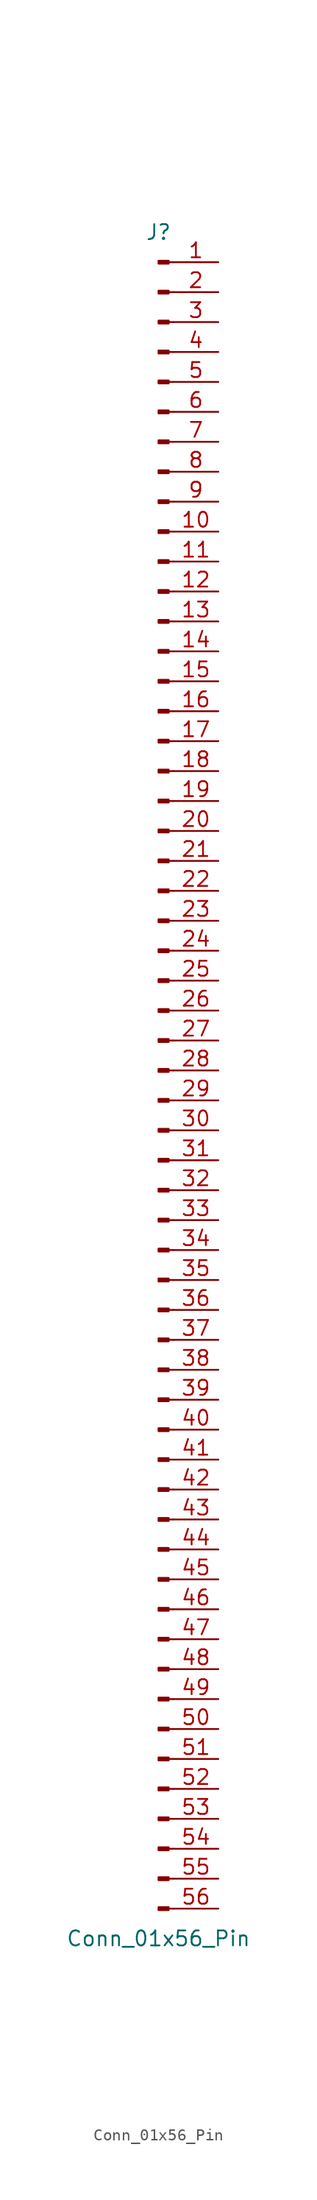
<source format=kicad_sym>
(kicad_symbol_lib
  (version 20241209)
  (generator "kicad_symbol_editor")
  (generator_version "9.0")
  (symbol "Conn_01x56_Pin"
    (pin_names
      (offset 1.016)
      (hide yes))
    (property "Reference" "J"
      (at 0 71.12 0)
      (effects (font (size 1.27 1.27))))
    (property "Value" "Conn_01x56_Pin"
      (at 0 -73.66 0)
      (effects (font (size 1.27 1.27))))
    (property "ki_locked" ""
      (at 0 0 0)
      (effects (font (size 1.27 1.27))))
    (symbol "Conn_01x56_Pin_1_1"
      (rectangle (start 0.864 68.707) (end 0 68.453) (stroke (width 0.152) (type default)) (fill (type outline)))
      (rectangle (start 0.864 66.167) (end 0 65.913) (stroke (width 0.152) (type default)) (fill (type outline)))
      (rectangle (start 0.864 63.627) (end 0 63.373) (stroke (width 0.152) (type default)) (fill (type outline)))
      (rectangle (start 0.864 61.087) (end 0 60.833) (stroke (width 0.152) (type default)) (fill (type outline)))
      (rectangle (start 0.864 58.547) (end 0 58.293) (stroke (width 0.152) (type default)) (fill (type outline)))
      (rectangle (start 0.864 56.007) (end 0 55.753) (stroke (width 0.152) (type default)) (fill (type outline)))
      (rectangle (start 0.864 53.467) (end 0 53.213) (stroke (width 0.152) (type default)) (fill (type outline)))
      (rectangle (start 0.864 50.927) (end 0 50.673) (stroke (width 0.152) (type default)) (fill (type outline)))
      (rectangle (start 0.864 48.387) (end 0 48.133) (stroke (width 0.152) (type default)) (fill (type outline)))
      (rectangle (start 0.864 45.847) (end 0 45.593) (stroke (width 0.152) (type default)) (fill (type outline)))
      (rectangle (start 0.864 43.307) (end 0 43.053) (stroke (width 0.152) (type default)) (fill (type outline)))
      (rectangle (start 0.864 40.767) (end 0 40.513) (stroke (width 0.152) (type default)) (fill (type outline)))
      (rectangle (start 0.864 38.227) (end 0 37.973) (stroke (width 0.152) (type default)) (fill (type outline)))
      (rectangle (start 0.864 35.687) (end 0 35.433) (stroke (width 0.152) (type default)) (fill (type outline)))
      (rectangle (start 0.864 33.147) (end 0 32.893) (stroke (width 0.152) (type default)) (fill (type outline)))
      (rectangle (start 0.864 30.607) (end 0 30.353) (stroke (width 0.152) (type default)) (fill (type outline)))
      (rectangle (start 0.864 28.067) (end 0 27.813) (stroke (width 0.152) (type default)) (fill (type outline)))
      (rectangle (start 0.864 25.527) (end 0 25.273) (stroke (width 0.152) (type default)) (fill (type outline)))
      (rectangle (start 0.864 22.987) (end 0 22.733) (stroke (width 0.152) (type default)) (fill (type outline)))
      (rectangle (start 0.864 20.447) (end 0 20.193) (stroke (width 0.152) (type default)) (fill (type outline)))
      (rectangle (start 0.864 17.907) (end 0 17.653) (stroke (width 0.152) (type default)) (fill (type outline)))
      (rectangle (start 0.864 15.367) (end 0 15.113) (stroke (width 0.152) (type default)) (fill (type outline)))
      (rectangle (start 0.864 12.827) (end 0 12.573) (stroke (width 0.152) (type default)) (fill (type outline)))
      (rectangle (start 0.864 10.287) (end 0 10.033) (stroke (width 0.152) (type default)) (fill (type outline)))
      (rectangle (start 0.864 7.747) (end 0 7.493) (stroke (width 0.152) (type default)) (fill (type outline)))
      (rectangle (start 0.864 5.207) (end 0 4.953) (stroke (width 0.152) (type default)) (fill (type outline)))
      (rectangle (start 0.864 2.667) (end 0 2.413) (stroke (width 0.152) (type default)) (fill (type outline)))
      (rectangle (start 0.864 0.127) (end 0 -0.127) (stroke (width 0.152) (type default)) (fill (type outline)))
      (rectangle (start 0.864 -2.413) (end 0 -2.667) (stroke (width 0.152) (type default)) (fill (type outline)))
      (rectangle (start 0.864 -4.953) (end 0 -5.207) (stroke (width 0.152) (type default)) (fill (type outline)))
      (rectangle (start 0.864 -7.493) (end 0 -7.747) (stroke (width 0.152) (type default)) (fill (type outline)))
      (rectangle (start 0.864 -10.033) (end 0 -10.287) (stroke (width 0.152) (type default)) (fill (type outline)))
      (rectangle (start 0.864 -12.573) (end 0 -12.827) (stroke (width 0.152) (type default)) (fill (type outline)))
      (rectangle (start 0.864 -15.113) (end 0 -15.367) (stroke (width 0.152) (type default)) (fill (type outline)))
      (rectangle (start 0.864 -17.653) (end 0 -17.907) (stroke (width 0.152) (type default)) (fill (type outline)))
      (rectangle (start 0.864 -20.193) (end 0 -20.447) (stroke (width 0.152) (type default)) (fill (type outline)))
      (rectangle (start 0.864 -22.733) (end 0 -22.987) (stroke (width 0.152) (type default)) (fill (type outline)))
      (rectangle (start 0.864 -25.273) (end 0 -25.527) (stroke (width 0.152) (type default)) (fill (type outline)))
      (rectangle (start 0.864 -27.813) (end 0 -28.067) (stroke (width 0.152) (type default)) (fill (type outline)))
      (rectangle (start 0.864 -30.353) (end 0 -30.607) (stroke (width 0.152) (type default)) (fill (type outline)))
      (rectangle (start 0.864 -32.893) (end 0 -33.147) (stroke (width 0.152) (type default)) (fill (type outline)))
      (rectangle (start 0.864 -35.433) (end 0 -35.687) (stroke (width 0.152) (type default)) (fill (type outline)))
      (rectangle (start 0.864 -37.973) (end 0 -38.227) (stroke (width 0.152) (type default)) (fill (type outline)))
      (rectangle (start 0.864 -40.513) (end 0 -40.767) (stroke (width 0.152) (type default)) (fill (type outline)))
      (rectangle (start 0.864 -43.053) (end 0 -43.307) (stroke (width 0.152) (type default)) (fill (type outline)))
      (rectangle (start 0.864 -45.593) (end 0 -45.847) (stroke (width 0.152) (type default)) (fill (type outline)))
      (rectangle (start 0.864 -48.133) (end 0 -48.387) (stroke (width 0.152) (type default)) (fill (type outline)))
      (rectangle (start 0.864 -50.673) (end 0 -50.927) (stroke (width 0.152) (type default)) (fill (type outline)))
      (rectangle (start 0.864 -53.213) (end 0 -53.467) (stroke (width 0.152) (type default)) (fill (type outline)))
      (rectangle (start 0.864 -55.753) (end 0 -56.007) (stroke (width 0.152) (type default)) (fill (type outline)))
      (rectangle (start 0.864 -58.293) (end 0 -58.547) (stroke (width 0.152) (type default)) (fill (type outline)))
      (rectangle (start 0.864 -60.833) (end 0 -61.087) (stroke (width 0.152) (type default)) (fill (type outline)))
      (rectangle (start 0.864 -63.373) (end 0 -63.627) (stroke (width 0.152) (type default)) (fill (type outline)))
      (rectangle (start 0.864 -65.913) (end 0 -66.167) (stroke (width 0.152) (type default)) (fill (type outline)))
      (rectangle (start 0.864 -68.453) (end 0 -68.707) (stroke (width 0.152) (type default)) (fill (type outline)))
      (rectangle (start 0.864 -70.993) (end 0 -71.247) (stroke (width 0.152) (type default)) (fill (type outline)))
      (polyline (pts (xy 1.27 68.58) (xy 0.864 68.58)) (stroke (width 0.152) (type default)) (fill (type none)))
      (polyline (pts (xy 1.27 66.04) (xy 0.864 66.04)) (stroke (width 0.152) (type default)) (fill (type none)))
      (polyline (pts (xy 1.27 63.5) (xy 0.864 63.5)) (stroke (width 0.152) (type default)) (fill (type none)))
      (polyline (pts (xy 1.27 60.96) (xy 0.864 60.96)) (stroke (width 0.152) (type default)) (fill (type none)))
      (polyline (pts (xy 1.27 58.42) (xy 0.864 58.42)) (stroke (width 0.152) (type default)) (fill (type none)))
      (polyline (pts (xy 1.27 55.88) (xy 0.864 55.88)) (stroke (width 0.152) (type default)) (fill (type none)))
      (polyline (pts (xy 1.27 53.34) (xy 0.864 53.34)) (stroke (width 0.152) (type default)) (fill (type none)))
      (polyline (pts (xy 1.27 50.8) (xy 0.864 50.8)) (stroke (width 0.152) (type default)) (fill (type none)))
      (polyline (pts (xy 1.27 48.26) (xy 0.864 48.26)) (stroke (width 0.152) (type default)) (fill (type none)))
      (polyline (pts (xy 1.27 45.72) (xy 0.864 45.72)) (stroke (width 0.152) (type default)) (fill (type none)))
      (polyline (pts (xy 1.27 43.18) (xy 0.864 43.18)) (stroke (width 0.152) (type default)) (fill (type none)))
      (polyline (pts (xy 1.27 40.64) (xy 0.864 40.64)) (stroke (width 0.152) (type default)) (fill (type none)))
      (polyline (pts (xy 1.27 38.1) (xy 0.864 38.1)) (stroke (width 0.152) (type default)) (fill (type none)))
      (polyline (pts (xy 1.27 35.56) (xy 0.864 35.56)) (stroke (width 0.152) (type default)) (fill (type none)))
      (polyline (pts (xy 1.27 33.02) (xy 0.864 33.02)) (stroke (width 0.152) (type default)) (fill (type none)))
      (polyline (pts (xy 1.27 30.48) (xy 0.864 30.48)) (stroke (width 0.152) (type default)) (fill (type none)))
      (polyline (pts (xy 1.27 27.94) (xy 0.864 27.94)) (stroke (width 0.152) (type default)) (fill (type none)))
      (polyline (pts (xy 1.27 25.4) (xy 0.864 25.4)) (stroke (width 0.152) (type default)) (fill (type none)))
      (polyline (pts (xy 1.27 22.86) (xy 0.864 22.86)) (stroke (width 0.152) (type default)) (fill (type none)))
      (polyline (pts (xy 1.27 20.32) (xy 0.864 20.32)) (stroke (width 0.152) (type default)) (fill (type none)))
      (polyline (pts (xy 1.27 17.78) (xy 0.864 17.78)) (stroke (width 0.152) (type default)) (fill (type none)))
      (polyline (pts (xy 1.27 15.24) (xy 0.864 15.24)) (stroke (width 0.152) (type default)) (fill (type none)))
      (polyline (pts (xy 1.27 12.7) (xy 0.864 12.7)) (stroke (width 0.152) (type default)) (fill (type none)))
      (polyline (pts (xy 1.27 10.16) (xy 0.864 10.16)) (stroke (width 0.152) (type default)) (fill (type none)))
      (polyline (pts (xy 1.27 7.62) (xy 0.864 7.62)) (stroke (width 0.152) (type default)) (fill (type none)))
      (polyline (pts (xy 1.27 5.08) (xy 0.864 5.08)) (stroke (width 0.152) (type default)) (fill (type none)))
      (polyline (pts (xy 1.27 2.54) (xy 0.864 2.54)) (stroke (width 0.152) (type default)) (fill (type none)))
      (polyline (pts (xy 1.27 0) (xy 0.864 0)) (stroke (width 0.152) (type default)) (fill (type none)))
      (polyline (pts (xy 1.27 -2.54) (xy 0.864 -2.54)) (stroke (width 0.152) (type default)) (fill (type none)))
      (polyline (pts (xy 1.27 -5.08) (xy 0.864 -5.08)) (stroke (width 0.152) (type default)) (fill (type none)))
      (polyline (pts (xy 1.27 -7.62) (xy 0.864 -7.62)) (stroke (width 0.152) (type default)) (fill (type none)))
      (polyline (pts (xy 1.27 -10.16) (xy 0.864 -10.16)) (stroke (width 0.152) (type default)) (fill (type none)))
      (polyline (pts (xy 1.27 -12.7) (xy 0.864 -12.7)) (stroke (width 0.152) (type default)) (fill (type none)))
      (polyline (pts (xy 1.27 -15.24) (xy 0.864 -15.24)) (stroke (width 0.152) (type default)) (fill (type none)))
      (polyline (pts (xy 1.27 -17.78) (xy 0.864 -17.78)) (stroke (width 0.152) (type default)) (fill (type none)))
      (polyline (pts (xy 1.27 -20.32) (xy 0.864 -20.32)) (stroke (width 0.152) (type default)) (fill (type none)))
      (polyline (pts (xy 1.27 -22.86) (xy 0.864 -22.86)) (stroke (width 0.152) (type default)) (fill (type none)))
      (polyline (pts (xy 1.27 -25.4) (xy 0.864 -25.4)) (stroke (width 0.152) (type default)) (fill (type none)))
      (polyline (pts (xy 1.27 -27.94) (xy 0.864 -27.94)) (stroke (width 0.152) (type default)) (fill (type none)))
      (polyline (pts (xy 1.27 -30.48) (xy 0.864 -30.48)) (stroke (width 0.152) (type default)) (fill (type none)))
      (polyline (pts (xy 1.27 -33.02) (xy 0.864 -33.02)) (stroke (width 0.152) (type default)) (fill (type none)))
      (polyline (pts (xy 1.27 -35.56) (xy 0.864 -35.56)) (stroke (width 0.152) (type default)) (fill (type none)))
      (polyline (pts (xy 1.27 -38.1) (xy 0.864 -38.1)) (stroke (width 0.152) (type default)) (fill (type none)))
      (polyline (pts (xy 1.27 -40.64) (xy 0.864 -40.64)) (stroke (width 0.152) (type default)) (fill (type none)))
      (polyline (pts (xy 1.27 -43.18) (xy 0.864 -43.18)) (stroke (width 0.152) (type default)) (fill (type none)))
      (polyline (pts (xy 1.27 -45.72) (xy 0.864 -45.72)) (stroke (width 0.152) (type default)) (fill (type none)))
      (polyline (pts (xy 1.27 -48.26) (xy 0.864 -48.26)) (stroke (width 0.152) (type default)) (fill (type none)))
      (polyline (pts (xy 1.27 -50.8) (xy 0.864 -50.8)) (stroke (width 0.152) (type default)) (fill (type none)))
      (polyline (pts (xy 1.27 -53.34) (xy 0.864 -53.34)) (stroke (width 0.152) (type default)) (fill (type none)))
      (polyline (pts (xy 1.27 -55.88) (xy 0.864 -55.88)) (stroke (width 0.152) (type default)) (fill (type none)))
      (polyline (pts (xy 1.27 -58.42) (xy 0.864 -58.42)) (stroke (width 0.152) (type default)) (fill (type none)))
      (polyline (pts (xy 1.27 -60.96) (xy 0.864 -60.96)) (stroke (width 0.152) (type default)) (fill (type none)))
      (polyline (pts (xy 1.27 -63.5) (xy 0.864 -63.5)) (stroke (width 0.152) (type default)) (fill (type none)))
      (polyline (pts (xy 1.27 -66.04) (xy 0.864 -66.04)) (stroke (width 0.152) (type default)) (fill (type none)))
      (polyline (pts (xy 1.27 -68.58) (xy 0.864 -68.58)) (stroke (width 0.152) (type default)) (fill (type none)))
      (polyline (pts (xy 1.27 -71.12) (xy 0.864 -71.12)) (stroke (width 0.152) (type default)) (fill (type none)))
      (pin passive line (at 5.08 68.58 180) (length 3.81) (name "Pin_1" (effects (font (size 1.27 1.27)))) (number "1" (effects (font (size 1.27 1.27)))))
      (pin passive line (at 5.08 66.04 180) (length 3.81) (name "Pin_2" (effects (font (size 1.27 1.27)))) (number "2" (effects (font (size 1.27 1.27)))))
      (pin passive line (at 5.08 63.5 180) (length 3.81) (name "Pin_3" (effects (font (size 1.27 1.27)))) (number "3" (effects (font (size 1.27 1.27)))))
      (pin passive line (at 5.08 60.96 180) (length 3.81) (name "Pin_4" (effects (font (size 1.27 1.27)))) (number "4" (effects (font (size 1.27 1.27)))))
      (pin passive line (at 5.08 58.42 180) (length 3.81) (name "Pin_5" (effects (font (size 1.27 1.27)))) (number "5" (effects (font (size 1.27 1.27)))))
      (pin passive line (at 5.08 55.88 180) (length 3.81) (name "Pin_6" (effects (font (size 1.27 1.27)))) (number "6" (effects (font (size 1.27 1.27)))))
      (pin passive line (at 5.08 53.34 180) (length 3.81) (name "Pin_7" (effects (font (size 1.27 1.27)))) (number "7" (effects (font (size 1.27 1.27)))))
      (pin passive line (at 5.08 50.8 180) (length 3.81) (name "Pin_8" (effects (font (size 1.27 1.27)))) (number "8" (effects (font (size 1.27 1.27)))))
      (pin passive line (at 5.08 48.26 180) (length 3.81) (name "Pin_9" (effects (font (size 1.27 1.27)))) (number "9" (effects (font (size 1.27 1.27)))))
      (pin passive line (at 5.08 45.72 180) (length 3.81) (name "Pin_10" (effects (font (size 1.27 1.27)))) (number "10" (effects (font (size 1.27 1.27)))))
      (pin passive line (at 5.08 43.18 180) (length 3.81) (name "Pin_11" (effects (font (size 1.27 1.27)))) (number "11" (effects (font (size 1.27 1.27)))))
      (pin passive line (at 5.08 40.64 180) (length 3.81) (name "Pin_12" (effects (font (size 1.27 1.27)))) (number "12" (effects (font (size 1.27 1.27)))))
      (pin passive line (at 5.08 38.1 180) (length 3.81) (name "Pin_13" (effects (font (size 1.27 1.27)))) (number "13" (effects (font (size 1.27 1.27)))))
      (pin passive line (at 5.08 35.56 180) (length 3.81) (name "Pin_14" (effects (font (size 1.27 1.27)))) (number "14" (effects (font (size 1.27 1.27)))))
      (pin passive line (at 5.08 33.02 180) (length 3.81) (name "Pin_15" (effects (font (size 1.27 1.27)))) (number "15" (effects (font (size 1.27 1.27)))))
      (pin passive line (at 5.08 30.48 180) (length 3.81) (name "Pin_16" (effects (font (size 1.27 1.27)))) (number "16" (effects (font (size 1.27 1.27)))))
      (pin passive line (at 5.08 27.94 180) (length 3.81) (name "Pin_17" (effects (font (size 1.27 1.27)))) (number "17" (effects (font (size 1.27 1.27)))))
      (pin passive line (at 5.08 25.4 180) (length 3.81) (name "Pin_18" (effects (font (size 1.27 1.27)))) (number "18" (effects (font (size 1.27 1.27)))))
      (pin passive line (at 5.08 22.86 180) (length 3.81) (name "Pin_19" (effects (font (size 1.27 1.27)))) (number "19" (effects (font (size 1.27 1.27)))))
      (pin passive line (at 5.08 20.32 180) (length 3.81) (name "Pin_20" (effects (font (size 1.27 1.27)))) (number "20" (effects (font (size 1.27 1.27)))))
      (pin passive line (at 5.08 17.78 180) (length 3.81) (name "Pin_21" (effects (font (size 1.27 1.27)))) (number "21" (effects (font (size 1.27 1.27)))))
      (pin passive line (at 5.08 15.24 180) (length 3.81) (name "Pin_22" (effects (font (size 1.27 1.27)))) (number "22" (effects (font (size 1.27 1.27)))))
      (pin passive line (at 5.08 12.7 180) (length 3.81) (name "Pin_23" (effects (font (size 1.27 1.27)))) (number "23" (effects (font (size 1.27 1.27)))))
      (pin passive line (at 5.08 10.16 180) (length 3.81) (name "Pin_24" (effects (font (size 1.27 1.27)))) (number "24" (effects (font (size 1.27 1.27)))))
      (pin passive line (at 5.08 7.62 180) (length 3.81) (name "Pin_25" (effects (font (size 1.27 1.27)))) (number "25" (effects (font (size 1.27 1.27)))))
      (pin passive line (at 5.08 5.08 180) (length 3.81) (name "Pin_26" (effects (font (size 1.27 1.27)))) (number "26" (effects (font (size 1.27 1.27)))))
      (pin passive line (at 5.08 2.54 180) (length 3.81) (name "Pin_27" (effects (font (size 1.27 1.27)))) (number "27" (effects (font (size 1.27 1.27)))))
      (pin passive line (at 5.08 0 180) (length 3.81) (name "Pin_28" (effects (font (size 1.27 1.27)))) (number "28" (effects (font (size 1.27 1.27)))))
      (pin passive line (at 5.08 -2.54 180) (length 3.81) (name "Pin_29" (effects (font (size 1.27 1.27)))) (number "29" (effects (font (size 1.27 1.27)))))
      (pin passive line (at 5.08 -5.08 180) (length 3.81) (name "Pin_30" (effects (font (size 1.27 1.27)))) (number "30" (effects (font (size 1.27 1.27)))))
      (pin passive line (at 5.08 -7.62 180) (length 3.81) (name "Pin_31" (effects (font (size 1.27 1.27)))) (number "31" (effects (font (size 1.27 1.27)))))
      (pin passive line (at 5.08 -10.16 180) (length 3.81) (name "Pin_32" (effects (font (size 1.27 1.27)))) (number "32" (effects (font (size 1.27 1.27)))))
      (pin passive line (at 5.08 -12.7 180) (length 3.81) (name "Pin_33" (effects (font (size 1.27 1.27)))) (number "33" (effects (font (size 1.27 1.27)))))
      (pin passive line (at 5.08 -15.24 180) (length 3.81) (name "Pin_34" (effects (font (size 1.27 1.27)))) (number "34" (effects (font (size 1.27 1.27)))))
      (pin passive line (at 5.08 -17.78 180) (length 3.81) (name "Pin_35" (effects (font (size 1.27 1.27)))) (number "35" (effects (font (size 1.27 1.27)))))
      (pin passive line (at 5.08 -20.32 180) (length 3.81) (name "Pin_36" (effects (font (size 1.27 1.27)))) (number "36" (effects (font (size 1.27 1.27)))))
      (pin passive line (at 5.08 -22.86 180) (length 3.81) (name "Pin_37" (effects (font (size 1.27 1.27)))) (number "37" (effects (font (size 1.27 1.27)))))
      (pin passive line (at 5.08 -25.4 180) (length 3.81) (name "Pin_38" (effects (font (size 1.27 1.27)))) (number "38" (effects (font (size 1.27 1.27)))))
      (pin passive line (at 5.08 -27.94 180) (length 3.81) (name "Pin_39" (effects (font (size 1.27 1.27)))) (number "39" (effects (font (size 1.27 1.27)))))
      (pin passive line (at 5.08 -30.48 180) (length 3.81) (name "Pin_40" (effects (font (size 1.27 1.27)))) (number "40" (effects (font (size 1.27 1.27)))))
      (pin passive line (at 5.08 -33.02 180) (length 3.81) (name "Pin_41" (effects (font (size 1.27 1.27)))) (number "41" (effects (font (size 1.27 1.27)))))
      (pin passive line (at 5.08 -35.56 180) (length 3.81) (name "Pin_42" (effects (font (size 1.27 1.27)))) (number "42" (effects (font (size 1.27 1.27)))))
      (pin passive line (at 5.08 -38.1 180) (length 3.81) (name "Pin_43" (effects (font (size 1.27 1.27)))) (number "43" (effects (font (size 1.27 1.27)))))
      (pin passive line (at 5.08 -40.64 180) (length 3.81) (name "Pin_44" (effects (font (size 1.27 1.27)))) (number "44" (effects (font (size 1.27 1.27)))))
      (pin passive line (at 5.08 -43.18 180) (length 3.81) (name "Pin_45" (effects (font (size 1.27 1.27)))) (number "45" (effects (font (size 1.27 1.27)))))
      (pin passive line (at 5.08 -45.72 180) (length 3.81) (name "Pin_46" (effects (font (size 1.27 1.27)))) (number "46" (effects (font (size 1.27 1.27)))))
      (pin passive line (at 5.08 -48.26 180) (length 3.81) (name "Pin_47" (effects (font (size 1.27 1.27)))) (number "47" (effects (font (size 1.27 1.27)))))
      (pin passive line (at 5.08 -50.8 180) (length 3.81) (name "Pin_48" (effects (font (size 1.27 1.27)))) (number "48" (effects (font (size 1.27 1.27)))))
      (pin passive line (at 5.08 -53.34 180) (length 3.81) (name "Pin_49" (effects (font (size 1.27 1.27)))) (number "49" (effects (font (size 1.27 1.27)))))
      (pin passive line (at 5.08 -55.88 180) (length 3.81) (name "Pin_50" (effects (font (size 1.27 1.27)))) (number "50" (effects (font (size 1.27 1.27)))))
      (pin passive line (at 5.08 -58.42 180) (length 3.81) (name "Pin_51" (effects (font (size 1.27 1.27)))) (number "51" (effects (font (size 1.27 1.27)))))
      (pin passive line (at 5.08 -60.96 180) (length 3.81) (name "Pin_52" (effects (font (size 1.27 1.27)))) (number "52" (effects (font (size 1.27 1.27)))))
      (pin passive line (at 5.08 -63.5 180) (length 3.81) (name "Pin_53" (effects (font (size 1.27 1.27)))) (number "53" (effects (font (size 1.27 1.27)))))
      (pin passive line (at 5.08 -66.04 180) (length 3.81) (name "Pin_54" (effects (font (size 1.27 1.27)))) (number "54" (effects (font (size 1.27 1.27)))))
      (pin passive line (at 5.08 -68.58 180) (length 3.81) (name "Pin_55" (effects (font (size 1.27 1.27)))) (number "55" (effects (font (size 1.27 1.27)))))
      (pin passive line (at 5.08 -71.12 180) (length 3.81) (name "Pin_56" (effects (font (size 1.27 1.27)))) (number "56" (effects (font (size 1.27 1.27))))))))
</source>
